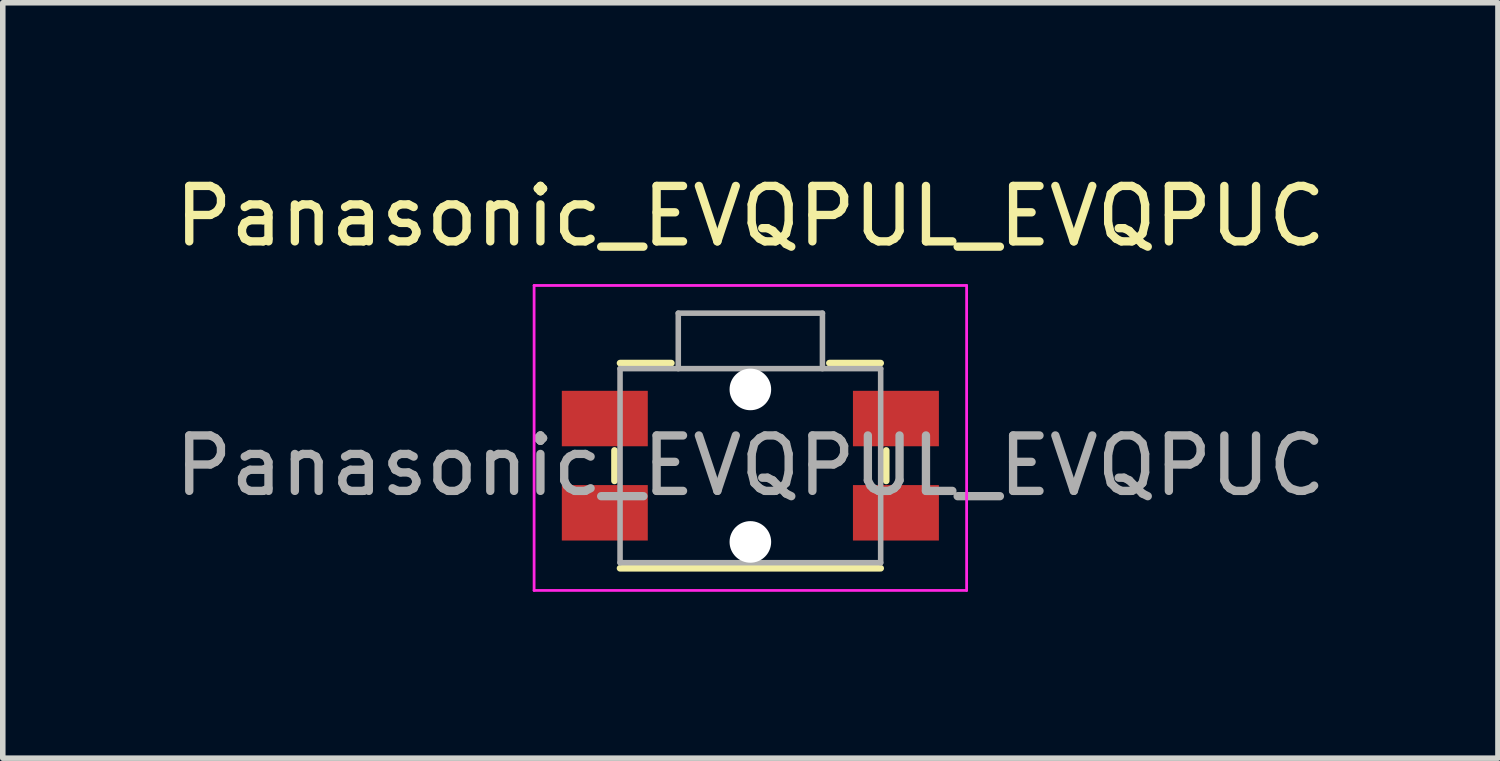
<source format=kicad_pcb>
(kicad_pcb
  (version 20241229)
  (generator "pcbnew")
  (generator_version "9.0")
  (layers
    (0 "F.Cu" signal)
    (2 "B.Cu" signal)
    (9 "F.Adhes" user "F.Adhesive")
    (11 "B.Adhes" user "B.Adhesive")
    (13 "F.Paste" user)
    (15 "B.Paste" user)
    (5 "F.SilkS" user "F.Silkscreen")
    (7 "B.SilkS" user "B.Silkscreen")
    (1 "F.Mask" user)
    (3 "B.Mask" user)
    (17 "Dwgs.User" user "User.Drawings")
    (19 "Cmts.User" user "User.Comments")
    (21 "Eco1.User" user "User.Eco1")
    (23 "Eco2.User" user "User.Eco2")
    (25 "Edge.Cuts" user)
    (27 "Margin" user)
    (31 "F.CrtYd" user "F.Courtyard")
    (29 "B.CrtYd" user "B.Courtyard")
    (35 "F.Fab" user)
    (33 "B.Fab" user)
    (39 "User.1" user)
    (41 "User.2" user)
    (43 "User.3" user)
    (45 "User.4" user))
  (footprint "Panasonic_EVQPUL_EVQPUC"
    (layer "F.Cu")
    (at 10.482 5.348)
    (property "Reference" "Panasonic_EVQPUL_EVQPUC" (at 0 -4.5 0) (layer "F.SilkS") (effects (font (size 1 1) (thickness 0.15))))
    (attr smd)
    (fp_line (start -2.45 0.275) (end -2.45 -0.275) (stroke (width 0.12) (type solid)) (layer "F.SilkS"))
    (fp_line (start -1.425 -1.85) (end -2.35 -1.85) (stroke (width 0.12) (type solid)) (layer "F.SilkS"))
    (fp_line (start 2.35 -1.85) (end 1.425 -1.85) (stroke (width 0.12) (type solid)) (layer "F.SilkS"))
    (fp_line (start 2.35 1.85) (end -2.35 1.85) (stroke (width 0.12) (type solid)) (layer "F.SilkS"))
    (fp_line (start 2.45 0.275) (end 2.45 -0.275) (stroke (width 0.12) (type solid)) (layer "F.SilkS"))
    (fp_line (start -3.9 2.25) (end -3.9 -3.25) (stroke (width 0.05) (type solid)) (layer "F.CrtYd"))
    (fp_line (start 3.9 -3.25) (end -3.9 -3.25) (stroke (width 0.05) (type solid)) (layer "F.CrtYd"))
    (fp_line (start 3.9 2.25) (end -3.9 2.25) (stroke (width 0.05) (type solid)) (layer "F.CrtYd"))
    (fp_line (start 3.9 2.25) (end 3.9 -3.25) (stroke (width 0.05) (type solid)) (layer "F.CrtYd"))
    (fp_line (start -2.35 1.75) (end -2.35 -1.75) (stroke (width 0.1) (type solid)) (layer "F.Fab"))
    (fp_line (start -1.3 -2.75) (end -1.3 -1.75) (stroke (width 0.1) (type solid)) (layer "F.Fab"))
    (fp_line (start 1.3 -2.75) (end -1.3 -2.75) (stroke (width 0.1) (type solid)) (layer "F.Fab"))
    (fp_line (start 1.3 -2.75) (end 1.3 -1.75) (stroke (width 0.1) (type solid)) (layer "F.Fab"))
    (fp_line (start 2.35 -1.75) (end -2.35 -1.75) (stroke (width 0.1) (type solid)) (layer "F.Fab"))
    (fp_line (start 2.35 1.75) (end -2.35 1.75) (stroke (width 0.1) (type solid)) (layer "F.Fab"))
    (fp_line (start 2.35 1.75) (end 2.35 -1.75) (stroke (width 0.1) (type solid)) (layer "F.Fab"))
    (fp_text user "${REFERENCE}" (at 0 0 0) (layer "F.Fab") (effects (font (size 1 1) (thickness 0.15))))
    (pad "" np_thru_hole circle (at 0 -1.375 180) (size 0.75 0.75) (drill 0.75) (layers "*.Cu" "*.Mask"))
    (pad "" np_thru_hole circle (at 0 1.375 180) (size 0.75 0.75) (drill 0.75) (layers "*.Cu" "*.Mask"))
    (pad "1" smd rect (at -2.625 -0.85 180) (size 1.55 1) (layers "F.Cu" "F.Mask" "F.Paste"))
    (pad "1" smd rect (at 2.625 -0.85 180) (size 1.55 1) (layers "F.Cu" "F.Mask" "F.Paste"))
    (pad "2" smd rect (at -2.625 0.85 180) (size 1.55 1) (layers "F.Cu" "F.Mask" "F.Paste"))
    (pad "2" smd rect (at 2.625 0.85 180) (size 1.55 1) (layers "F.Cu" "F.Mask" "F.Paste")))
  (gr_rect
    (start -3 -3)
    (end 23.964 10.623)
    (stroke (width 0.1) (type default))
    (fill no)
    (layer "Edge.Cuts")))
</source>
